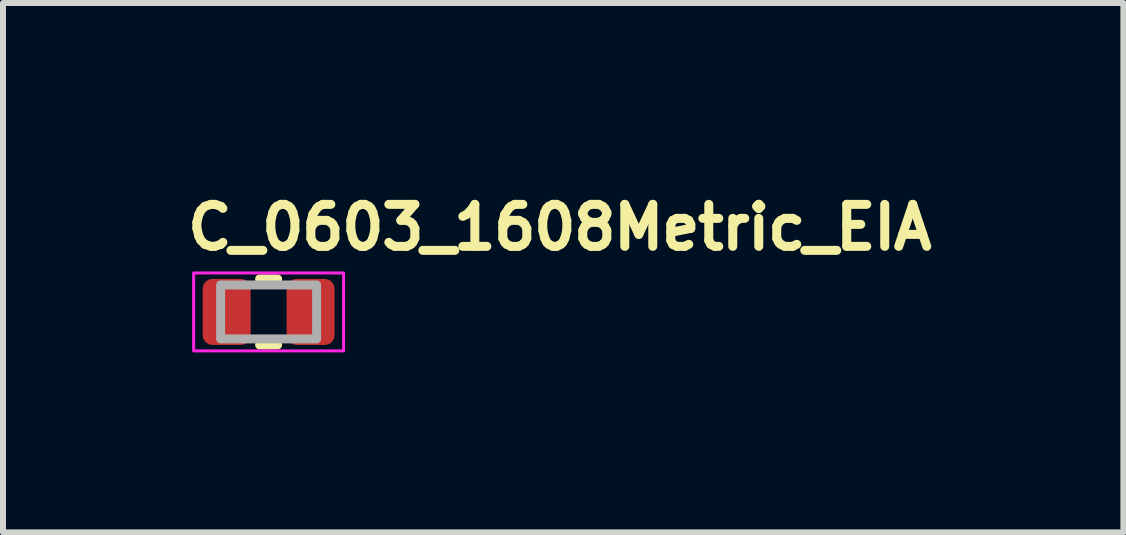
<source format=kicad_pcb>
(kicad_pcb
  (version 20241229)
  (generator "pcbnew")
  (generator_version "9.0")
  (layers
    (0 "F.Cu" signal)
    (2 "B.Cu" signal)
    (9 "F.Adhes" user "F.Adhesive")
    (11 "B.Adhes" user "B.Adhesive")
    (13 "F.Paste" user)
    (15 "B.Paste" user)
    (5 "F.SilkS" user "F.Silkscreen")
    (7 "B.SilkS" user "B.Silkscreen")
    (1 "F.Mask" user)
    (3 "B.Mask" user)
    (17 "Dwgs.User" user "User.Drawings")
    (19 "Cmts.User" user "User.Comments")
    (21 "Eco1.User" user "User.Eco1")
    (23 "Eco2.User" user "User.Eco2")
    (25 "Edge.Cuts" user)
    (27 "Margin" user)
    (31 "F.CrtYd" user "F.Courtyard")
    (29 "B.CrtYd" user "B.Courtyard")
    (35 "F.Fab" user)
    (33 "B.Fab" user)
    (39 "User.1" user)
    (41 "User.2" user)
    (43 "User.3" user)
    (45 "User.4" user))
  (footprint "C_0603_1608Metric_EIA"
    (layer "F.Cu")
    (at 1.428 2.15)
    (property "Reference" "C_0603_1608Metric_EIA" (at -1.428 -1 0) (layer "F.SilkS") (effects (font (size 0.7 0.7) (thickness 0.15)) (justify left bottom)))
    (attr smd)
    (fp_line (start -0.15 -0.55) (end 0.15 -0.55) (stroke (width 0.15) (type solid)) (layer "F.SilkS"))
    (fp_line (start -0.15 0.55) (end 0.15 0.55) (stroke (width 0.15) (type solid)) (layer "F.SilkS"))
    (fp_rect (start -1.25 -0.65) (end 1.25 0.65) (stroke (width 0.05) (type solid)) (fill no) (layer "F.CrtYd"))
    (fp_rect (start -0.8 -0.45) (end 0.8 0.45) (stroke (width 0.15) (type solid)) (fill no) (layer "F.Fab"))
    (fp_rect (start -0.95 -0.55) (end 0.95 0.55) (stroke (width 0.1) (type solid)) (fill no) (layer "User.5"))
    (fp_line (start -0.801 -0.434) (end -0.801 -0.434) (stroke (width 0.02) (type solid)) (layer "User.9"))
    (fp_line (start -0.801 -0.434) (end -0.801 0.432) (stroke (width 0.02) (type solid)) (layer "User.9"))
    (fp_line (start -0.801 -0.434) (end -0.8 -0.434) (stroke (width 0.02) (type solid)) (layer "User.9"))
    (fp_line (start -0.801 0.432) (end -0.801 0.432) (stroke (width 0.02) (type solid)) (layer "User.9"))
    (fp_line (start -0.801 0.432) (end -0.8 0.433) (stroke (width 0.02) (type solid)) (layer "User.9"))
    (fp_line (start -0.8 -0.44) (end -0.8 -0.439) (stroke (width 0.02) (type solid)) (layer "User.9"))
    (fp_line (start -0.8 -0.439) (end -0.8 -0.438) (stroke (width 0.02) (type solid)) (layer "User.9"))
    (fp_line (start -0.8 -0.438) (end -0.8 -0.438) (stroke (width 0.02) (type solid)) (layer "User.9"))
    (fp_line (start -0.8 -0.438) (end -0.8 -0.437) (stroke (width 0.02) (type solid)) (layer "User.9"))
    (fp_line (start -0.8 -0.437) (end -0.8 -0.436) (stroke (width 0.02) (type solid)) (layer "User.9"))
    (fp_line (start -0.8 -0.436) (end -0.8 -0.435) (stroke (width 0.02) (type solid)) (layer "User.9"))
    (fp_line (start -0.8 -0.435) (end -0.801 -0.434) (stroke (width 0.02) (type solid)) (layer "User.9"))
    (fp_line (start -0.8 -0.434) (end -0.8 -0.433) (stroke (width 0.02) (type solid)) (layer "User.9"))
    (fp_line (start -0.8 -0.433) (end -0.8 -0.432) (stroke (width 0.02) (type solid)) (layer "User.9"))
    (fp_line (start -0.8 -0.432) (end -0.8 -0.431) (stroke (width 0.02) (type solid)) (layer "User.9"))
    (fp_line (start -0.8 -0.431) (end -0.8 -0.431) (stroke (width 0.02) (type solid)) (layer "User.9"))
    (fp_line (start -0.8 -0.431) (end -0.8 -0.43) (stroke (width 0.02) (type solid)) (layer "User.9"))
    (fp_line (start -0.8 -0.43) (end -0.8 -0.429) (stroke (width 0.02) (type solid)) (layer "User.9"))
    (fp_line (start -0.8 -0.429) (end -0.799 -0.428) (stroke (width 0.02) (type solid)) (layer "User.9"))
    (fp_line (start -0.8 0.427) (end -0.8 0.428) (stroke (width 0.02) (type solid)) (layer "User.9"))
    (fp_line (start -0.8 0.428) (end -0.8 0.429) (stroke (width 0.02) (type solid)) (layer "User.9"))
    (fp_line (start -0.8 0.429) (end -0.8 0.429) (stroke (width 0.02) (type solid)) (layer "User.9"))
    (fp_line (start -0.8 0.429) (end -0.8 0.43) (stroke (width 0.02) (type solid)) (layer "User.9"))
    (fp_line (start -0.8 0.43) (end -0.8 0.431) (stroke (width 0.02) (type solid)) (layer "User.9"))
    (fp_line (start -0.8 0.431) (end -0.8 0.432) (stroke (width 0.02) (type solid)) (layer "User.9"))
    (fp_line (start -0.8 0.432) (end -0.801 0.432) (stroke (width 0.02) (type solid)) (layer "User.9"))
    (fp_line (start -0.8 0.433) (end -0.8 0.434) (stroke (width 0.02) (type solid)) (layer "User.9"))
    (fp_line (start -0.8 0.434) (end -0.8 0.435) (stroke (width 0.02) (type solid)) (layer "User.9"))
    (fp_line (start -0.8 0.435) (end -0.8 0.436) (stroke (width 0.02) (type solid)) (layer "User.9"))
    (fp_line (start -0.8 0.436) (end -0.8 0.436) (stroke (width 0.02) (type solid)) (layer "User.9"))
    (fp_line (start -0.8 0.436) (end -0.8 0.437) (stroke (width 0.02) (type solid)) (layer "User.9"))
    (fp_line (start -0.8 0.437) (end -0.8 0.438) (stroke (width 0.02) (type solid)) (layer "User.9"))
    (fp_line (start -0.8 0.438) (end -0.799 0.439) (stroke (width 0.02) (type solid)) (layer "User.9"))
    (fp_line (start -0.799 -0.442) (end -0.799 -0.441) (stroke (width 0.02) (type solid)) (layer "User.9"))
    (fp_line (start -0.799 -0.441) (end -0.8 -0.44) (stroke (width 0.02) (type solid)) (layer "User.9"))
    (fp_line (start -0.799 -0.441) (end -0.799 -0.441) (stroke (width 0.02) (type solid)) (layer "User.9"))
    (fp_line (start -0.799 -0.428) (end -0.799 -0.428) (stroke (width 0.02) (type solid)) (layer "User.9"))
    (fp_line (start -0.799 -0.428) (end -0.799 -0.427) (stroke (width 0.02) (type solid)) (layer "User.9"))
    (fp_line (start -0.799 -0.427) (end -0.798 -0.426) (stroke (width 0.02) (type solid)) (layer "User.9"))
    (fp_line (start -0.799 0.425) (end -0.799 0.426) (stroke (width 0.02) (type solid)) (layer "User.9"))
    (fp_line (start -0.799 0.426) (end -0.8 0.427) (stroke (width 0.02) (type solid)) (layer "User.9"))
    (fp_line (start -0.799 0.426) (end -0.799 0.426) (stroke (width 0.02) (type solid)) (layer "User.9"))
    (fp_line (start -0.799 0.439) (end -0.799 0.439) (stroke (width 0.02) (type solid)) (layer "User.9"))
    (fp_line (start -0.799 0.439) (end -0.799 0.44) (stroke (width 0.02) (type solid)) (layer "User.9"))
    (fp_line (start -0.799 0.44) (end -0.798 0.441) (stroke (width 0.02) (type solid)) (layer "User.9"))
    (fp_line (start -0.798 -0.443) (end -0.799 -0.442) (stroke (width 0.02) (type solid)) (layer "User.9"))
    (fp_line (start -0.798 -0.443) (end -0.798 -0.443) (stroke (width 0.02) (type solid)) (layer "User.9"))
    (fp_line (start -0.798 -0.426) (end -0.798 -0.426) (stroke (width 0.02) (type solid)) (layer "User.9"))
    (fp_line (start -0.798 -0.426) (end -0.797 -0.425) (stroke (width 0.02) (type solid)) (layer "User.9"))
    (fp_line (start -0.798 0.424) (end -0.799 0.425) (stroke (width 0.02) (type solid)) (layer "User.9"))
    (fp_line (start -0.798 0.424) (end -0.798 0.424) (stroke (width 0.02) (type solid)) (layer "User.9"))
    (fp_line (start -0.798 0.441) (end -0.798 0.441) (stroke (width 0.02) (type solid)) (layer "User.9"))
    (fp_line (start -0.798 0.441) (end -0.797 0.442) (stroke (width 0.02) (type solid)) (layer "User.9"))
    (fp_line (start -0.797 -0.445) (end -0.797 -0.444) (stroke (width 0.02) (type solid)) (layer "User.9"))
    (fp_line (start -0.797 -0.444) (end -0.798 -0.443) (stroke (width 0.02) (type solid)) (layer "User.9"))
    (fp_line (start -0.797 -0.425) (end -0.797 -0.424) (stroke (width 0.02) (type solid)) (layer "User.9"))
    (fp_line (start -0.797 -0.424) (end -0.796 -0.424) (stroke (width 0.02) (type solid)) (layer "User.9"))
    (fp_line (start -0.797 0.422) (end -0.797 0.423) (stroke (width 0.02) (type solid)) (layer "User.9"))
    (fp_line (start -0.797 0.423) (end -0.798 0.424) (stroke (width 0.02) (type solid)) (layer "User.9"))
    (fp_line (start -0.797 0.442) (end -0.797 0.443) (stroke (width 0.02) (type solid)) (layer "User.9"))
    (fp_line (start -0.797 0.443) (end -0.796 0.443) (stroke (width 0.02) (type solid)) (layer "User.9"))
    (fp_line (start -0.796 -0.446) (end -0.796 -0.445) (stroke (width 0.02) (type solid)) (layer "User.9"))
    (fp_line (start -0.796 -0.445) (end -0.797 -0.445) (stroke (width 0.02) (type solid)) (layer "User.9"))
    (fp_line (start -0.796 -0.424) (end -0.796 -0.423) (stroke (width 0.02) (type solid)) (layer "User.9"))
    (fp_line (start -0.796 -0.423) (end -0.795 -0.423) (stroke (width 0.02) (type solid)) (layer "User.9"))
    (fp_line (start -0.796 0.421) (end -0.796 0.422) (stroke (width 0.02) (type solid)) (layer "User.9"))
    (fp_line (start -0.796 0.422) (end -0.797 0.422) (stroke (width 0.02) (type solid)) (layer "User.9"))
    (fp_line (start -0.796 0.443) (end -0.796 0.444) (stroke (width 0.02) (type solid)) (layer "User.9"))
    (fp_line (start -0.796 0.444) (end -0.795 0.444) (stroke (width 0.02) (type solid)) (layer "User.9"))
    (fp_line (start -0.795 -0.447) (end -0.795 -0.446) (stroke (width 0.02) (type solid)) (layer "User.9"))
    (fp_line (start -0.795 -0.446) (end -0.796 -0.446) (stroke (width 0.02) (type solid)) (layer "User.9"))
    (fp_line (start -0.795 -0.423) (end -0.795 -0.422) (stroke (width 0.02) (type solid)) (layer "User.9"))
    (fp_line (start -0.795 -0.422) (end -0.794 -0.422) (stroke (width 0.02) (type solid)) (layer "User.9"))
    (fp_line (start -0.795 0.42) (end -0.795 0.421) (stroke (width 0.02) (type solid)) (layer "User.9"))
    (fp_line (start -0.795 0.421) (end -0.796 0.421) (stroke (width 0.02) (type solid)) (layer "User.9"))
    (fp_line (start -0.795 0.444) (end -0.795 0.445) (stroke (width 0.02) (type solid)) (layer "User.9"))
    (fp_line (start -0.795 0.445) (end -0.794 0.445) (stroke (width 0.02) (type solid)) (layer "User.9"))
    (fp_line (start -0.794 -0.447) (end -0.795 -0.447) (stroke (width 0.02) (type solid)) (layer "User.9"))
    (fp_line (start -0.794 -0.422) (end -0.793 -0.421) (stroke (width 0.02) (type solid)) (layer "User.9"))
    (fp_line (start -0.794 0.42) (end -0.795 0.42) (stroke (width 0.02) (type solid)) (layer "User.9"))
    (fp_line (start -0.794 0.445) (end -0.793 0.446) (stroke (width 0.02) (type solid)) (layer "User.9"))
    (fp_line (start -0.793 -0.448) (end -0.794 -0.447) (stroke (width 0.02) (type solid)) (layer "User.9"))
    (fp_line (start -0.793 -0.448) (end -0.793 -0.448) (stroke (width 0.02) (type solid)) (layer "User.9"))
    (fp_line (start -0.793 -0.421) (end -0.793 -0.421) (stroke (width 0.02) (type solid)) (layer "User.9"))
    (fp_line (start -0.793 -0.421) (end -0.792 -0.42) (stroke (width 0.02) (type solid)) (layer "User.9"))
    (fp_line (start -0.793 0.419) (end -0.794 0.42) (stroke (width 0.02) (type solid)) (layer "User.9"))
    (fp_line (start -0.793 0.419) (end -0.793 0.419) (stroke (width 0.02) (type solid)) (layer "User.9"))
    (fp_line (start -0.793 0.446) (end -0.793 0.446) (stroke (width 0.02) (type solid)) (layer "User.9"))
    (fp_line (start -0.793 0.446) (end -0.792 0.448) (stroke (width 0.02) (type solid)) (layer "User.9"))
    (fp_line (start -0.792 -0.45) (end -0.793 -0.448) (stroke (width 0.02) (type solid)) (layer "User.9"))
    (fp_line (start -0.792 -0.42) (end -0.791 -0.42) (stroke (width 0.02) (type solid)) (layer "User.9"))
    (fp_line (start -0.792 0.418) (end -0.793 0.419) (stroke (width 0.02) (type solid)) (layer "User.9"))
    (fp_line (start -0.792 0.448) (end -0.791 0.448) (stroke (width 0.02) (type solid)) (layer "User.9"))
    (fp_line (start -0.791 -0.45) (end -0.792 -0.45) (stroke (width 0.02) (type solid)) (layer "User.9"))
    (fp_line (start -0.791 -0.45) (end -0.791 -0.45) (stroke (width 0.02) (type solid)) (layer "User.9"))
    (fp_line (start -0.791 -0.42) (end -0.791 -0.42) (stroke (width 0.02) (type solid)) (layer "User.9"))
    (fp_line (start -0.791 -0.42) (end -0.79 -0.419) (stroke (width 0.02) (type solid)) (layer "User.9"))
    (fp_line (start -0.791 0.418) (end -0.792 0.418) (stroke (width 0.02) (type solid)) (layer "User.9"))
    (fp_line (start -0.791 0.418) (end -0.791 0.418) (stroke (width 0.02) (type solid)) (layer "User.9"))
    (fp_line (start -0.791 0.448) (end -0.791 0.448) (stroke (width 0.02) (type solid)) (layer "User.9"))
    (fp_line (start -0.791 0.448) (end -0.79 0.449) (stroke (width 0.02) (type solid)) (layer "User.9"))
    (fp_line (start -0.79 -0.451) (end -0.791 -0.45) (stroke (width 0.02) (type solid)) (layer "User.9"))
    (fp_line (start -0.79 -0.419) (end -0.789 -0.419) (stroke (width 0.02) (type solid)) (layer "User.9"))
    (fp_line (start -0.79 0.417) (end -0.791 0.418) (stroke (width 0.02) (type solid)) (layer "User.9"))
    (fp_line (start -0.79 0.449) (end -0.789 0.449) (stroke (width 0.02) (type solid)) (layer "User.9"))
    (fp_line (start -0.789 -0.451) (end -0.79 -0.451) (stroke (width 0.02) (type solid)) (layer "User.9"))
    (fp_line (start -0.789 -0.419) (end -0.788 -0.419) (stroke (width 0.02) (type solid)) (layer "User.9"))
    (fp_line (start -0.789 0.417) (end -0.79 0.417) (stroke (width 0.02) (type solid)) (layer "User.9"))
    (fp_line (start -0.789 0.449) (end -0.788 0.449) (stroke (width 0.02) (type solid)) (layer "User.9"))
    (fp_line (start -0.788 -0.451) (end -0.789 -0.451) (stroke (width 0.02) (type solid)) (layer "User.9"))
    (fp_line (start -0.788 -0.451) (end -0.788 -0.451) (stroke (width 0.02) (type solid)) (layer "User.9"))
    (fp_line (start -0.788 -0.419) (end -0.788 -0.419) (stroke (width 0.02) (type solid)) (layer "User.9"))
    (fp_line (start -0.788 -0.419) (end -0.787 -0.419) (stroke (width 0.02) (type solid)) (layer "User.9"))
    (fp_line (start -0.788 0.417) (end -0.789 0.417) (stroke (width 0.02) (type solid)) (layer "User.9"))
    (fp_line (start -0.788 0.417) (end -0.788 0.417) (stroke (width 0.02) (type solid)) (layer "User.9"))
    (fp_line (start -0.788 0.449) (end -0.788 0.449) (stroke (width 0.02) (type solid)) (layer "User.9"))
    (fp_line (start -0.788 0.449) (end -0.787 0.449) (stroke (width 0.02) (type solid)) (layer "User.9"))
    (fp_line (start -0.787 -0.451) (end -0.788 -0.451) (stroke (width 0.02) (type solid)) (layer "User.9"))
    (fp_line (start -0.787 -0.419) (end -0.786 -0.419) (stroke (width 0.02) (type solid)) (layer "User.9"))
    (fp_line (start -0.787 0.417) (end -0.788 0.417) (stroke (width 0.02) (type solid)) (layer "User.9"))
    (fp_line (start -0.787 0.449) (end -0.786 0.449) (stroke (width 0.02) (type solid)) (layer "User.9"))
    (fp_line (start -0.786 -0.451) (end -0.787 -0.451) (stroke (width 0.02) (type solid)) (layer "User.9"))
    (fp_line (start -0.786 -0.419) (end -0.785 -0.419) (stroke (width 0.02) (type solid)) (layer "User.9"))
    (fp_line (start -0.786 0.417) (end -0.787 0.417) (stroke (width 0.02) (type solid)) (layer "User.9"))
    (fp_line (start -0.786 0.449) (end -0.785 0.449) (stroke (width 0.02) (type solid)) (layer "User.9"))
    (fp_line (start -0.785 -0.452) (end -0.785 -0.452) (stroke (width 0.02) (type solid)) (layer "User.9"))
    (fp_line (start -0.785 -0.452) (end -0.785 -0.451) (stroke (width 0.02) (type solid)) (layer "User.9"))
    (fp_line (start -0.785 -0.451) (end -0.786 -0.451) (stroke (width 0.02) (type solid)) (layer "User.9"))
    (fp_line (start -0.785 -0.419) (end -0.785 -0.418) (stroke (width 0.02) (type solid)) (layer "User.9"))
    (fp_line (start -0.785 -0.418) (end -0.785 -0.418) (stroke (width 0.02) (type solid)) (layer "User.9"))
    (fp_line (start -0.785 -0.418) (end -0.784 -0.419) (stroke (width 0.02) (type solid)) (layer "User.9"))
    (fp_line (start -0.785 0.416) (end -0.785 0.416) (stroke (width 0.02) (type solid)) (layer "User.9"))
    (fp_line (start -0.785 0.416) (end -0.785 0.417) (stroke (width 0.02) (type solid)) (layer "User.9"))
    (fp_line (start -0.785 0.417) (end -0.786 0.417) (stroke (width 0.02) (type solid)) (layer "User.9"))
    (fp_line (start -0.785 0.449) (end -0.785 0.45) (stroke (width 0.02) (type solid)) (layer "User.9"))
    (fp_line (start -0.785 0.45) (end -0.785 0.45) (stroke (width 0.02) (type solid)) (layer "User.9"))
    (fp_line (start -0.785 0.45) (end -0.784 0.449) (stroke (width 0.02) (type solid)) (layer "User.9"))
    (fp_line (start -0.784 -0.451) (end -0.785 -0.452) (stroke (width 0.02) (type solid)) (layer "User.9"))
    (fp_line (start -0.784 -0.419) (end -0.783 -0.419) (stroke (width 0.02) (type solid)) (layer "User.9"))
    (fp_line (start -0.784 0.417) (end -0.785 0.416) (stroke (width 0.02) (type solid)) (layer "User.9"))
    (fp_line (start -0.784 0.449) (end -0.783 0.449) (stroke (width 0.02) (type solid)) (layer "User.9"))
    (fp_line (start -0.783 -0.451) (end -0.784 -0.451) (stroke (width 0.02) (type solid)) (layer "User.9"))
    (fp_line (start -0.783 -0.419) (end -0.782 -0.419) (stroke (width 0.02) (type solid)) (layer "User.9"))
    (fp_line (start -0.783 0.417) (end -0.784 0.417) (stroke (width 0.02) (type solid)) (layer "User.9"))
    (fp_line (start -0.783 0.449) (end -0.782 0.449) (stroke (width 0.02) (type solid)) (layer "User.9"))
    (fp_line (start -0.782 -0.451) (end -0.783 -0.451) (stroke (width 0.02) (type solid)) (layer "User.9"))
    (fp_line (start -0.782 -0.419) (end -0.781 -0.419) (stroke (width 0.02) (type solid)) (layer "User.9"))
    (fp_line (start -0.782 0.417) (end -0.783 0.417) (stroke (width 0.02) (type solid)) (layer "User.9"))
    (fp_line (start -0.782 0.449) (end -0.781 0.449) (stroke (width 0.02) (type solid)) (layer "User.9"))
    (fp_line (start -0.781 -0.451) (end -0.782 -0.451) (stroke (width 0.02) (type solid)) (layer "User.9"))
    (fp_line (start -0.781 -0.451) (end -0.781 -0.451) (stroke (width 0.02) (type solid)) (layer "User.9"))
    (fp_line (start -0.781 -0.419) (end -0.781 -0.419) (stroke (width 0.02) (type solid)) (layer "User.9"))
    (fp_line (start -0.781 -0.419) (end -0.78 -0.419) (stroke (width 0.02) (type solid)) (layer "User.9"))
    (fp_line (start -0.781 0.417) (end -0.782 0.417) (stroke (width 0.02) (type solid)) (layer "User.9"))
    (fp_line (start -0.781 0.417) (end -0.781 0.417) (stroke (width 0.02) (type solid)) (layer "User.9"))
    (fp_line (start -0.781 0.449) (end -0.781 0.449) (stroke (width 0.02) (type solid)) (layer "User.9"))
    (fp_line (start -0.781 0.449) (end -0.78 0.449) (stroke (width 0.02) (type solid)) (layer "User.9"))
    (fp_line (start -0.78 -0.451) (end -0.781 -0.451) (stroke (width 0.02) (type solid)) (layer "User.9"))
    (fp_line (start -0.78 -0.419) (end -0.779 -0.419) (stroke (width 0.02) (type solid)) (layer "User.9"))
    (fp_line (start -0.78 0.417) (end -0.781 0.417) (stroke (width 0.02) (type solid)) (layer "User.9"))
    (fp_line (start -0.78 0.449) (end -0.779 0.449) (stroke (width 0.02) (type solid)) (layer "User.9"))
    (fp_line (start -0.779 -0.451) (end -0.78 -0.451) (stroke (width 0.02) (type solid)) (layer "User.9"))
    (fp_line (start -0.779 -0.419) (end -0.778 -0.42) (stroke (width 0.02) (type solid)) (layer "User.9"))
    (fp_line (start -0.779 0.417) (end -0.78 0.417) (stroke (width 0.02) (type solid)) (layer "User.9"))
    (fp_line (start -0.779 0.449) (end -0.778 0.448) (stroke (width 0.02) (type solid)) (layer "User.9"))
    (fp_line (start -0.778 -0.45) (end -0.779 -0.451) (stroke (width 0.02) (type solid)) (layer "User.9"))
    (fp_line (start -0.778 -0.45) (end -0.778 -0.45) (stroke (width 0.02) (type solid)) (layer "User.9"))
    (fp_line (start -0.778 -0.42) (end -0.778 -0.42) (stroke (width 0.02) (type solid)) (layer "User.9"))
    (fp_line (start -0.778 -0.42) (end -0.777 -0.42) (stroke (width 0.02) (type solid)) (layer "User.9"))
    (fp_line (start -0.778 0.418) (end -0.779 0.417) (stroke (width 0.02) (type solid)) (layer "User.9"))
    (fp_line (start -0.778 0.418) (end -0.778 0.418) (stroke (width 0.02) (type solid)) (layer "User.9"))
    (fp_line (start -0.778 0.448) (end -0.778 0.448) (stroke (width 0.02) (type solid)) (layer "User.9"))
    (fp_line (start -0.778 0.448) (end -0.777 0.448) (stroke (width 0.02) (type solid)) (layer "User.9"))
    (fp_line (start -0.777 -0.45) (end -0.778 -0.45) (stroke (width 0.02) (type solid)) (layer "User.9"))
    (fp_line (start -0.777 -0.42) (end -0.776 -0.421) (stroke (width 0.02) (type solid)) (layer "User.9"))
    (fp_line (start -0.777 0.418) (end -0.778 0.418) (stroke (width 0.02) (type solid)) (layer "User.9"))
    (fp_line (start -0.777 0.448) (end -0.776 0.446) (stroke (width 0.02) (type solid)) (layer "User.9"))
    (fp_line (start -0.776 -0.448) (end -0.777 -0.45) (stroke (width 0.02) (type solid)) (layer "User.9"))
    (fp_line (start -0.776 -0.448) (end -0.776 -0.448) (stroke (width 0.02) (type solid)) (layer "User.9"))
    (fp_line (start -0.776 -0.421) (end -0.776 -0.421) (stroke (width 0.02) (type solid)) (layer "User.9"))
    (fp_line (start -0.776 -0.421) (end -0.775 -0.422) (stroke (width 0.02) (type solid)) (layer "User.9"))
    (fp_line (start -0.776 0.419) (end -0.777 0.418) (stroke (width 0.02) (type solid)) (layer "User.9"))
    (fp_line (start -0.776 0.419) (end -0.776 0.419) (stroke (width 0.02) (type solid)) (layer "User.9"))
    (fp_line (start -0.776 0.446) (end -0.776 0.446) (stroke (width 0.02) (type solid)) (layer "User.9"))
    (fp_line (start -0.776 0.446) (end -0.775 0.445) (stroke (width 0.02) (type solid)) (layer "User.9"))
    (fp_line (start -0.775 -0.447) (end -0.776 -0.448) (stroke (width 0.02) (type solid)) (layer "User.9"))
    (fp_line (start -0.775 -0.422) (end -0.774 -0.422) (stroke (width 0.02) (type solid)) (layer "User.9"))
    (fp_line (start -0.775 0.42) (end -0.776 0.419) (stroke (width 0.02) (type solid)) (layer "User.9"))
    (fp_line (start -0.775 0.445) (end -0.774 0.445) (stroke (width 0.02) (type solid)) (layer "User.9"))
    (fp_line (start -0.774 -0.447) (end -0.775 -0.447) (stroke (width 0.02) (type solid)) (layer "User.9"))
    (fp_line (start -0.774 -0.446) (end -0.774 -0.447) (stroke (width 0.02) (type solid)) (layer "User.9"))
    (fp_line (start -0.774 -0.423) (end -0.773 -0.423) (stroke (width 0.02) (type solid)) (layer "User.9"))
    (fp_line (start -0.774 -0.422) (end -0.774 -0.423) (stroke (width 0.02) (type solid)) (layer "User.9"))
    (fp_line (start -0.774 0.42) (end -0.775 0.42) (stroke (width 0.02) (type solid)) (layer "User.9"))
    (fp_line (start -0.774 0.421) (end -0.774 0.42) (stroke (width 0.02) (type solid)) (layer "User.9"))
    (fp_line (start -0.774 0.444) (end -0.773 0.444) (stroke (width 0.02) (type solid)) (layer "User.9"))
    (fp_line (start -0.774 0.445) (end -0.774 0.444) (stroke (width 0.02) (type solid)) (layer "User.9"))
    (fp_line (start -0.773 -0.446) (end -0.774 -0.446) (stroke (width 0.02) (type solid)) (layer "User.9"))
    (fp_line (start -0.773 -0.445) (end -0.773 -0.446) (stroke (width 0.02) (type solid)) (layer "User.9"))
    (fp_line (start -0.773 -0.424) (end -0.772 -0.424) (stroke (width 0.02) (type solid)) (layer "User.9"))
    (fp_line (start -0.773 -0.423) (end -0.773 -0.424) (stroke (width 0.02) (type solid)) (layer "User.9"))
    (fp_line (start -0.773 0.421) (end -0.774 0.421) (stroke (width 0.02) (type solid)) (layer "User.9"))
    (fp_line (start -0.773 0.422) (end -0.773 0.421) (stroke (width 0.02) (type solid)) (layer "User.9"))
    (fp_line (start -0.773 0.443) (end -0.772 0.443) (stroke (width 0.02) (type solid)) (layer "User.9"))
    (fp_line (start -0.773 0.444) (end -0.773 0.443) (stroke (width 0.02) (type solid)) (layer "User.9"))
    (fp_line (start -0.772 -0.445) (end -0.773 -0.445) (stroke (width 0.02) (type solid)) (layer "User.9"))
    (fp_line (start -0.772 -0.444) (end -0.772 -0.445) (stroke (width 0.02) (type solid)) (layer "User.9"))
    (fp_line (start -0.772 -0.425) (end -0.771 -0.426) (stroke (width 0.02) (type solid)) (layer "User.9"))
    (fp_line (start -0.772 -0.424) (end -0.772 -0.425) (stroke (width 0.02) (type solid)) (layer "User.9"))
    (fp_line (start -0.772 0.422) (end -0.773 0.422) (stroke (width 0.02) (type solid)) (layer "User.9"))
    (fp_line (start -0.772 0.423) (end -0.772 0.422) (stroke (width 0.02) (type solid)) (layer "User.9"))
    (fp_line (start -0.772 0.442) (end -0.771 0.441) (stroke (width 0.02) (type solid)) (layer "User.9"))
    (fp_line (start -0.772 0.443) (end -0.772 0.442) (stroke (width 0.02) (type solid)) (layer "User.9"))
    (fp_line (start -0.771 -0.443) (end -0.772 -0.444) (stroke (width 0.02) (type solid)) (layer "User.9"))
    (fp_line (start -0.771 -0.443) (end -0.771 -0.443) (stroke (width 0.02) (type solid)) (layer "User.9"))
    (fp_line (start -0.771 -0.426) (end -0.771 -0.426) (stroke (width 0.02) (type solid)) (layer "User.9"))
    (fp_line (start -0.771 -0.426) (end -0.77 -0.427) (stroke (width 0.02) (type solid)) (layer "User.9"))
    (fp_line (start -0.771 0.424) (end -0.772 0.423) (stroke (width 0.02) (type solid)) (layer "User.9"))
    (fp_line (start -0.771 0.424) (end -0.771 0.424) (stroke (width 0.02) (type solid)) (layer "User.9"))
    (fp_line (start -0.771 0.441) (end -0.771 0.441) (stroke (width 0.02) (type solid)) (layer "User.9"))
    (fp_line (start -0.771 0.441) (end -0.77 0.44) (stroke (width 0.02) (type solid)) (layer "User.9"))
    (fp_line (start -0.77 -0.442) (end -0.771 -0.443) (stroke (width 0.02) (type solid)) (layer "User.9"))
    (fp_line (start -0.77 -0.441) (end -0.77 -0.442) (stroke (width 0.02) (type solid)) (layer "User.9"))
    (fp_line (start -0.77 -0.441) (end -0.77 -0.441) (stroke (width 0.02) (type solid)) (layer "User.9"))
    (fp_line (start -0.77 -0.428) (end -0.77 -0.428) (stroke (width 0.02) (type solid)) (layer "User.9"))
    (fp_line (start -0.77 -0.428) (end -0.769 -0.429) (stroke (width 0.02) (type solid)) (layer "User.9"))
    (fp_line (start -0.77 -0.427) (end -0.77 -0.428) (stroke (width 0.02) (type solid)) (layer "User.9"))
    (fp_line (start -0.77 0.425) (end -0.771 0.424) (stroke (width 0.02) (type solid)) (layer "User.9"))
    (fp_line (start -0.77 0.426) (end -0.77 0.425) (stroke (width 0.02) (type solid)) (layer "User.9"))
    (fp_line (start -0.77 0.426) (end -0.77 0.426) (stroke (width 0.02) (type solid)) (layer "User.9"))
    (fp_line (start -0.77 0.439) (end -0.77 0.439) (stroke (width 0.02) (type solid)) (layer "User.9"))
    (fp_line (start -0.77 0.439) (end -0.769 0.438) (stroke (width 0.02) (type solid)) (layer "User.9"))
    (fp_line (start -0.77 0.44) (end -0.77 0.439) (stroke (width 0.02) (type solid)) (layer "User.9"))
    (fp_line (start -0.769 -0.44) (end -0.77 -0.441) (stroke (width 0.02) (type solid)) (layer "User.9"))
    (fp_line (start -0.769 -0.439) (end -0.769 -0.44) (stroke (width 0.02) (type solid)) (layer "User.9"))
    (fp_line (start -0.769 -0.438) (end -0.769 -0.439) (stroke (width 0.02) (type solid)) (layer "User.9"))
    (fp_line (start -0.769 -0.438) (end -0.769 -0.438) (stroke (width 0.02) (type solid)) (layer "User.9"))
    (fp_line (start -0.769 -0.437) (end -0.769 -0.438) (stroke (width 0.02) (type solid)) (layer "User.9"))
    (fp_line (start -0.769 -0.436) (end -0.769 -0.437) (stroke (width 0.02) (type solid)) (layer "User.9"))
    (fp_line (start -0.769 -0.435) (end -0.769 -0.436) (stroke (width 0.02) (type solid)) (layer "User.9"))
    (fp_line (start -0.769 -0.434) (end -0.767 -0.434) (stroke (width 0.02) (type solid)) (layer "User.9"))
    (fp_line (start -0.769 -0.433) (end -0.769 -0.434) (stroke (width 0.02) (type solid)) (layer "User.9"))
    (fp_line (start -0.769 -0.432) (end -0.769 -0.433) (stroke (width 0.02) (type solid)) (layer "User.9"))
    (fp_line (start -0.769 -0.431) (end -0.769 -0.432) (stroke (width 0.02) (type solid)) (layer "User.9"))
    (fp_line (start -0.769 -0.431) (end -0.769 -0.431) (stroke (width 0.02) (type solid)) (layer "User.9"))
    (fp_line (start -0.769 -0.43) (end -0.769 -0.431) (stroke (width 0.02) (type solid)) (layer "User.9"))
    (fp_line (start -0.769 -0.429) (end -0.769 -0.43) (stroke (width 0.02) (type solid)) (layer "User.9"))
    (fp_line (start -0.769 0.427) (end -0.77 0.426) (stroke (width 0.02) (type solid)) (layer "User.9"))
    (fp_line (start -0.769 0.428) (end -0.769 0.427) (stroke (width 0.02) (type solid)) (layer "User.9"))
    (fp_line (start -0.769 0.429) (end -0.769 0.428) (stroke (width 0.02) (type solid)) (layer "User.9"))
    (fp_line (start -0.769 0.429) (end -0.769 0.429) (stroke (width 0.02) (type solid)) (layer "User.9"))
    (fp_line (start -0.769 0.43) (end -0.769 0.429) (stroke (width 0.02) (type solid)) (layer "User.9"))
    (fp_line (start -0.769 0.431) (end -0.769 0.43) (stroke (width 0.02) (type solid)) (layer "User.9"))
    (fp_line (start -0.769 0.432) (end -0.769 0.431) (stroke (width 0.02) (type solid)) (layer "User.9"))
    (fp_line (start -0.769 0.433) (end -0.767 0.432) (stroke (width 0.02) (type solid)) (layer "User.9"))
    (fp_line (start -0.769 0.434) (end -0.769 0.433) (stroke (width 0.02) (type solid)) (layer "User.9"))
    (fp_line (start -0.769 0.435) (end -0.769 0.434) (stroke (width 0.02) (type solid)) (layer "User.9"))
    (fp_line (start -0.769 0.436) (end -0.769 0.435) (stroke (width 0.02) (type solid)) (layer "User.9"))
    (fp_line (start -0.769 0.436) (end -0.769 0.436) (stroke (width 0.02) (type solid)) (layer "User.9"))
    (fp_line (start -0.769 0.437) (end -0.769 0.436) (stroke (width 0.02) (type solid)) (layer "User.9"))
    (fp_line (start -0.769 0.438) (end -0.769 0.437) (stroke (width 0.02) (type solid)) (layer "User.9"))
    (fp_line (start -0.767 -0.434) (end -0.769 -0.435) (stroke (width 0.02) (type solid)) (layer "User.9"))
    (fp_line (start -0.767 -0.434) (end -0.767 -0.434) (stroke (width 0.02) (type solid)) (layer "User.9"))
    (fp_line (start -0.767 -0.434) (end -0.767 -0.434) (stroke (width 0.02) (type solid)) (layer "User.9"))
    (fp_line (start -0.767 0.432) (end -0.769 0.432) (stroke (width 0.02) (type solid)) (layer "User.9"))
    (fp_line (start -0.767 0.432) (end -0.767 0.432) (stroke (width 0.02) (type solid)) (layer "User.9"))
    (fp_line (start -0.767 0.432) (end -0.767 0.432) (stroke (width 0.02) (type solid)) (layer "User.9"))
    (fp_line (start -0.451 -0.452) (end -0.785 -0.452) (stroke (width 0.02) (type solid)) (layer "User.9"))
    (fp_line (start -0.451 -0.452) (end -0.451 -0.434) (stroke (width 0.02) (type solid)) (layer "User.9"))
    (fp_line (start -0.451 -0.434) (end -0.451 0.432) (stroke (width 0.02) (type solid)) (layer "User.9"))
    (fp_line (start -0.451 0.432) (end -0.451 0.45) (stroke (width 0.02) (type solid)) (layer "User.9"))
    (fp_line (start -0.451 0.443) (end 0.451 0.443) (stroke (width 0.02) (type solid)) (layer "User.9"))
    (fp_line (start -0.451 0.45) (end -0.785 0.45) (stroke (width 0.02) (type solid)) (layer "User.9"))
    (fp_line (start 0.451 -0.452) (end 0.785 -0.452) (stroke (width 0.02) (type solid)) (layer "User.9"))
    (fp_line (start 0.451 -0.446) (end -0.451 -0.446) (stroke (width 0.02) (type solid)) (layer "User.9"))
    (fp_line (start 0.451 -0.434) (end 0.451 -0.452) (stroke (width 0.02) (type solid)) (layer "User.9"))
    (fp_line (start 0.451 0.432) (end 0.451 -0.434) (stroke (width 0.02) (type solid)) (layer "User.9"))
    (fp_line (start 0.451 0.45) (end 0.451 0.432) (stroke (width 0.02) (type solid)) (layer "User.9"))
    (fp_line (start 0.451 0.45) (end 0.785 0.45) (stroke (width 0.02) (type solid)) (layer "User.9"))
    (fp_line (start 0.769 -0.44) (end 0.769 -0.439) (stroke (width 0.02) (type solid)) (layer "User.9"))
    (fp_line (start 0.769 -0.439) (end 0.769 -0.438) (stroke (width 0.02) (type solid)) (layer "User.9"))
    (fp_line (start 0.769 -0.438) (end 0.769 -0.438) (stroke (width 0.02) (type solid)) (layer "User.9"))
    (fp_line (start 0.769 -0.438) (end 0.769 -0.437) (stroke (width 0.02) (type solid)) (layer "User.9"))
    (fp_line (start 0.769 -0.437) (end 0.769 -0.436) (stroke (width 0.02) (type solid)) (layer "User.9"))
    (fp_line (start 0.769 -0.436) (end 0.769 -0.435) (stroke (width 0.02) (type solid)) (layer "User.9"))
    (fp_line (start 0.769 -0.435) (end 0.769 -0.434) (stroke (width 0.02) (type solid)) (layer "User.9"))
    (fp_line (start 0.769 -0.434) (end 0.769 -0.434) (stroke (width 0.02) (type solid)) (layer "User.9"))
    (fp_line (start 0.769 -0.434) (end 0.769 -0.434) (stroke (width 0.02) (type solid)) (layer "User.9"))
    (fp_line (start 0.769 -0.434) (end 0.769 -0.433) (stroke (width 0.02) (type solid)) (layer "User.9"))
    (fp_line (start 0.769 -0.433) (end 0.769 -0.432) (stroke (width 0.02) (type solid)) (layer "User.9"))
    (fp_line (start 0.769 -0.432) (end 0.769 -0.431) (stroke (width 0.02) (type solid)) (layer "User.9"))
    (fp_line (start 0.769 -0.431) (end 0.769 -0.431) (stroke (width 0.02) (type solid)) (layer "User.9"))
    (fp_line (start 0.769 -0.431) (end 0.769 -0.43) (stroke (width 0.02) (type solid)) (layer "User.9"))
    (fp_line (start 0.769 -0.43) (end 0.769 -0.429) (stroke (width 0.02) (type solid)) (layer "User.9"))
    (fp_line (start 0.769 -0.429) (end 0.77 -0.428) (stroke (width 0.02) (type solid)) (layer "User.9"))
    (fp_line (start 0.769 0.427) (end 0.769 0.428) (stroke (width 0.02) (type solid)) (layer "User.9"))
    (fp_line (start 0.769 0.428) (end 0.769 0.429) (stroke (width 0.02) (type solid)) (layer "User.9"))
    (fp_line (start 0.769 0.429) (end 0.769 0.429) (stroke (width 0.02) (type solid)) (layer "User.9"))
    (fp_line (start 0.769 0.429) (end 0.769 0.43) (stroke (width 0.02) (type solid)) (layer "User.9"))
    (fp_line (start 0.769 0.43) (end 0.769 0.431) (stroke (width 0.02) (type solid)) (layer "User.9"))
    (fp_line (start 0.769 0.431) (end 0.769 0.432) (stroke (width 0.02) (type solid)) (layer "User.9"))
    (fp_line (start 0.769 0.432) (end 0.769 0.432) (stroke (width 0.02) (type solid)) (layer "User.9"))
    (fp_line (start 0.769 0.432) (end 0.769 0.432) (stroke (width 0.02) (type solid)) (layer "User.9"))
    (fp_line (start 0.769 0.432) (end 0.769 0.433) (stroke (width 0.02) (type solid)) (layer "User.9"))
    (fp_line (start 0.769 0.433) (end 0.769 0.434) (stroke (width 0.02) (type solid)) (layer "User.9"))
    (fp_line (start 0.769 0.434) (end 0.769 0.435) (stroke (width 0.02) (type solid)) (layer "User.9"))
    (fp_line (start 0.769 0.435) (end 0.769 0.436) (stroke (width 0.02) (type solid)) (layer "User.9"))
    (fp_line (start 0.769 0.436) (end 0.769 0.436) (stroke (width 0.02) (type solid)) (layer "User.9"))
    (fp_line (start 0.769 0.436) (end 0.769 0.437) (stroke (width 0.02) (type solid)) (layer "User.9"))
    (fp_line (start 0.769 0.437) (end 0.769 0.438) (stroke (width 0.02) (type solid)) (layer "User.9"))
    (fp_line (start 0.769 0.438) (end 0.77 0.439) (stroke (width 0.02) (type solid)) (layer "User.9"))
    (fp_line (start 0.77 -0.442) (end 0.77 -0.441) (stroke (width 0.02) (type solid)) (layer "User.9"))
    (fp_line (start 0.77 -0.441) (end 0.769 -0.44) (stroke (width 0.02) (type solid)) (layer "User.9"))
    (fp_line (start 0.77 -0.441) (end 0.77 -0.441) (stroke (width 0.02) (type solid)) (layer "User.9"))
    (fp_line (start 0.77 -0.428) (end 0.77 -0.428) (stroke (width 0.02) (type solid)) (layer "User.9"))
    (fp_line (start 0.77 -0.428) (end 0.77 -0.427) (stroke (width 0.02) (type solid)) (layer "User.9"))
    (fp_line (start 0.77 -0.427) (end 0.771 -0.426) (stroke (width 0.02) (type solid)) (layer "User.9"))
    (fp_line (start 0.77 0.425) (end 0.77 0.426) (stroke (width 0.02) (type solid)) (layer "User.9"))
    (fp_line (start 0.77 0.426) (end 0.769 0.427) (stroke (width 0.02) (type solid)) (layer "User.9"))
    (fp_line (start 0.77 0.426) (end 0.77 0.426) (stroke (width 0.02) (type solid)) (layer "User.9"))
    (fp_line (start 0.77 0.439) (end 0.77 0.439) (stroke (width 0.02) (type solid)) (layer "User.9"))
    (fp_line (start 0.77 0.439) (end 0.77 0.44) (stroke (width 0.02) (type solid)) (layer "User.9"))
    (fp_line (start 0.77 0.44) (end 0.771 0.441) (stroke (width 0.02) (type solid)) (layer "User.9"))
    (fp_line (start 0.771 -0.443) (end 0.77 -0.442) (stroke (width 0.02) (type solid)) (layer "User.9"))
    (fp_line (start 0.771 -0.443) (end 0.771 -0.443) (stroke (width 0.02) (type solid)) (layer "User.9"))
    (fp_line (start 0.771 -0.426) (end 0.771 -0.426) (stroke (width 0.02) (type solid)) (layer "User.9"))
    (fp_line (start 0.771 -0.426) (end 0.772 -0.425) (stroke (width 0.02) (type solid)) (layer "User.9"))
    (fp_line (start 0.771 0.424) (end 0.77 0.425) (stroke (width 0.02) (type solid)) (layer "User.9"))
    (fp_line (start 0.771 0.424) (end 0.771 0.424) (stroke (width 0.02) (type solid)) (layer "User.9"))
    (fp_line (start 0.771 0.441) (end 0.771 0.441) (stroke (width 0.02) (type solid)) (layer "User.9"))
    (fp_line (start 0.771 0.441) (end 0.772 0.442) (stroke (width 0.02) (type solid)) (layer "User.9"))
    (fp_line (start 0.772 -0.445) (end 0.772 -0.444) (stroke (width 0.02) (type solid)) (layer "User.9"))
    (fp_line (start 0.772 -0.444) (end 0.771 -0.443) (stroke (width 0.02) (type solid)) (layer "User.9"))
    (fp_line (start 0.772 -0.425) (end 0.772 -0.424) (stroke (width 0.02) (type solid)) (layer "User.9"))
    (fp_line (start 0.772 -0.424) (end 0.773 -0.424) (stroke (width 0.02) (type solid)) (layer "User.9"))
    (fp_line (start 0.772 0.422) (end 0.772 0.423) (stroke (width 0.02) (type solid)) (layer "User.9"))
    (fp_line (start 0.772 0.423) (end 0.771 0.424) (stroke (width 0.02) (type solid)) (layer "User.9"))
    (fp_line (start 0.772 0.442) (end 0.772 0.443) (stroke (width 0.02) (type solid)) (layer "User.9"))
    (fp_line (start 0.772 0.443) (end 0.773 0.443) (stroke (width 0.02) (type solid)) (layer "User.9"))
    (fp_line (start 0.773 -0.446) (end 0.773 -0.445) (stroke (width 0.02) (type solid)) (layer "User.9"))
    (fp_line (start 0.773 -0.445) (end 0.772 -0.445) (stroke (width 0.02) (type solid)) (layer "User.9"))
    (fp_line (start 0.773 -0.424) (end 0.773 -0.423) (stroke (width 0.02) (type solid)) (layer "User.9"))
    (fp_line (start 0.773 -0.423) (end 0.774 -0.423) (stroke (width 0.02) (type solid)) (layer "User.9"))
    (fp_line (start 0.773 0.421) (end 0.773 0.422) (stroke (width 0.02) (type solid)) (layer "User.9"))
    (fp_line (start 0.773 0.422) (end 0.772 0.422) (stroke (width 0.02) (type solid)) (layer "User.9"))
    (fp_line (start 0.773 0.443) (end 0.773 0.444) (stroke (width 0.02) (type solid)) (layer "User.9"))
    (fp_line (start 0.773 0.444) (end 0.774 0.444) (stroke (width 0.02) (type solid)) (layer "User.9"))
    (fp_line (start 0.774 -0.447) (end 0.774 -0.446) (stroke (width 0.02) (type solid)) (layer "User.9"))
    (fp_line (start 0.774 -0.446) (end 0.773 -0.446) (stroke (width 0.02) (type solid)) (layer "User.9"))
    (fp_line (start 0.774 -0.423) (end 0.774 -0.422) (stroke (width 0.02) (type solid)) (layer "User.9"))
    (fp_line (start 0.774 -0.422) (end 0.775 -0.422) (stroke (width 0.02) (type solid)) (layer "User.9"))
    (fp_line (start 0.774 0.42) (end 0.774 0.421) (stroke (width 0.02) (type solid)) (layer "User.9"))
    (fp_line (start 0.774 0.421) (end 0.773 0.421) (stroke (width 0.02) (type solid)) (layer "User.9"))
    (fp_line (start 0.774 0.444) (end 0.774 0.445) (stroke (width 0.02) (type solid)) (layer "User.9"))
    (fp_line (start 0.774 0.445) (end 0.775 0.445) (stroke (width 0.02) (type solid)) (layer "User.9"))
    (fp_line (start 0.775 -0.447) (end 0.774 -0.447) (stroke (width 0.02) (type solid)) (layer "User.9"))
    (fp_line (start 0.775 -0.422) (end 0.776 -0.421) (stroke (width 0.02) (type solid)) (layer "User.9"))
    (fp_line (start 0.775 0.42) (end 0.774 0.42) (stroke (width 0.02) (type solid)) (layer "User.9"))
    (fp_line (start 0.775 0.445) (end 0.776 0.446) (stroke (width 0.02) (type solid)) (layer "User.9"))
    (fp_line (start 0.776 -0.448) (end 0.775 -0.447) (stroke (width 0.02) (type solid)) (layer "User.9"))
    (fp_line (start 0.776 -0.448) (end 0.776 -0.448) (stroke (width 0.02) (type solid)) (layer "User.9"))
    (fp_line (start 0.776 -0.421) (end 0.776 -0.421) (stroke (width 0.02) (type solid)) (layer "User.9"))
    (fp_line (start 0.776 -0.421) (end 0.777 -0.42) (stroke (width 0.02) (type solid)) (layer "User.9"))
    (fp_line (start 0.776 0.419) (end 0.775 0.42) (stroke (width 0.02) (type solid)) (layer "User.9"))
    (fp_line (start 0.776 0.419) (end 0.776 0.419) (stroke (width 0.02) (type solid)) (layer "User.9"))
    (fp_line (start 0.776 0.446) (end 0.776 0.446) (stroke (width 0.02) (type solid)) (layer "User.9"))
    (fp_line (start 0.776 0.446) (end 0.777 0.448) (stroke (width 0.02) (type solid)) (layer "User.9"))
    (fp_line (start 0.777 -0.45) (end 0.776 -0.448) (stroke (width 0.02) (type solid)) (layer "User.9"))
    (fp_line (start 0.777 -0.42) (end 0.778 -0.42) (stroke (width 0.02) (type solid)) (layer "User.9"))
    (fp_line (start 0.777 0.418) (end 0.776 0.419) (stroke (width 0.02) (type solid)) (layer "User.9"))
    (fp_line (start 0.777 0.448) (end 0.778 0.448) (stroke (width 0.02) (type solid)) (layer "User.9"))
    (fp_line (start 0.778 -0.45) (end 0.777 -0.45) (stroke (width 0.02) (type solid)) (layer "User.9"))
    (fp_line (start 0.778 -0.45) (end 0.778 -0.45) (stroke (width 0.02) (type solid)) (layer "User.9"))
    (fp_line (start 0.778 -0.42) (end 0.778 -0.42) (stroke (width 0.02) (type solid)) (layer "User.9"))
    (fp_line (start 0.778 -0.42) (end 0.779 -0.419) (stroke (width 0.02) (type solid)) (layer "User.9"))
    (fp_line (start 0.778 0.418) (end 0.777 0.418) (stroke (width 0.02) (type solid)) (layer "User.9"))
    (fp_line (start 0.778 0.418) (end 0.778 0.418) (stroke (width 0.02) (type solid)) (layer "User.9"))
    (fp_line (start 0.778 0.448) (end 0.778 0.448) (stroke (width 0.02) (type solid)) (layer "User.9"))
    (fp_line (start 0.778 0.448) (end 0.779 0.449) (stroke (width 0.02) (type solid)) (layer "User.9"))
    (fp_line (start 0.779 -0.451) (end 0.778 -0.45) (stroke (width 0.02) (type solid)) (layer "User.9"))
    (fp_line (start 0.779 -0.419) (end 0.78 -0.419) (stroke (width 0.02) (type solid)) (layer "User.9"))
    (fp_line (start 0.779 0.417) (end 0.778 0.418) (stroke (width 0.02) (type solid)) (layer "User.9"))
    (fp_line (start 0.779 0.449) (end 0.78 0.449) (stroke (width 0.02) (type solid)) (layer "User.9"))
    (fp_line (start 0.78 -0.451) (end 0.779 -0.451) (stroke (width 0.02) (type solid)) (layer "User.9"))
    (fp_line (start 0.78 -0.419) (end 0.781 -0.419) (stroke (width 0.02) (type solid)) (layer "User.9"))
    (fp_line (start 0.78 0.417) (end 0.779 0.417) (stroke (width 0.02) (type solid)) (layer "User.9"))
    (fp_line (start 0.78 0.449) (end 0.781 0.449) (stroke (width 0.02) (type solid)) (layer "User.9"))
    (fp_line (start 0.781 -0.451) (end 0.78 -0.451) (stroke (width 0.02) (type solid)) (layer "User.9"))
    (fp_line (start 0.781 -0.451) (end 0.781 -0.451) (stroke (width 0.02) (type solid)) (layer "User.9"))
    (fp_line (start 0.781 -0.419) (end 0.781 -0.419) (stroke (width 0.02) (type solid)) (layer "User.9"))
    (fp_line (start 0.781 -0.419) (end 0.782 -0.419) (stroke (width 0.02) (type solid)) (layer "User.9"))
    (fp_line (start 0.781 0.417) (end 0.78 0.417) (stroke (width 0.02) (type solid)) (layer "User.9"))
    (fp_line (start 0.781 0.417) (end 0.781 0.417) (stroke (width 0.02) (type solid)) (layer "User.9"))
    (fp_line (start 0.781 0.449) (end 0.781 0.449) (stroke (width 0.02) (type solid)) (layer "User.9"))
    (fp_line (start 0.781 0.449) (end 0.782 0.449) (stroke (width 0.02) (type solid)) (layer "User.9"))
    (fp_line (start 0.782 -0.451) (end 0.781 -0.451) (stroke (width 0.02) (type solid)) (layer "User.9"))
    (fp_line (start 0.782 -0.419) (end 0.783 -0.419) (stroke (width 0.02) (type solid)) (layer "User.9"))
    (fp_line (start 0.782 0.417) (end 0.781 0.417) (stroke (width 0.02) (type solid)) (layer "User.9"))
    (fp_line (start 0.782 0.449) (end 0.783 0.449) (stroke (width 0.02) (type solid)) (layer "User.9"))
    (fp_line (start 0.783 -0.451) (end 0.782 -0.451) (stroke (width 0.02) (type solid)) (layer "User.9"))
    (fp_line (start 0.783 -0.419) (end 0.784 -0.419) (stroke (width 0.02) (type solid)) (layer "User.9"))
    (fp_line (start 0.783 0.417) (end 0.782 0.417) (stroke (width 0.02) (type solid)) (layer "User.9"))
    (fp_line (start 0.783 0.449) (end 0.784 0.449) (stroke (width 0.02) (type solid)) (layer "User.9"))
    (fp_line (start 0.784 -0.451) (end 0.783 -0.451) (stroke (width 0.02) (type solid)) (layer "User.9"))
    (fp_line (start 0.784 -0.419) (end 0.785 -0.418) (stroke (width 0.02) (type solid)) (layer "User.9"))
    (fp_line (start 0.784 0.417) (end 0.783 0.417) (stroke (width 0.02) (type solid)) (layer "User.9"))
    (fp_line (start 0.784 0.449) (end 0.785 0.45) (stroke (width 0.02) (type solid)) (layer "User.9"))
    (fp_line (start 0.785 -0.452) (end 0.784 -0.451) (stroke (width 0.02) (type solid)) (layer "User.9"))
    (fp_line (start 0.785 -0.452) (end 0.785 -0.452) (stroke (width 0.02) (type solid)) (layer "User.9"))
    (fp_line (start 0.785 -0.451) (end 0.785 -0.452) (stroke (width 0.02) (type solid)) (layer "User.9"))
    (fp_line (start 0.785 -0.419) (end 0.786 -0.419) (stroke (width 0.02) (type solid)) (layer "User.9"))
    (fp_line (start 0.785 -0.418) (end 0.785 -0.419) (stroke (width 0.02) (type solid)) (layer "User.9"))
    (fp_line (start 0.785 -0.418) (end 0.785 -0.418) (stroke (width 0.02) (type solid)) (layer "User.9"))
    (fp_line (start 0.785 0.416) (end 0.784 0.417) (stroke (width 0.02) (type solid)) (layer "User.9"))
    (fp_line (start 0.785 0.416) (end 0.785 0.416) (stroke (width 0.02) (type solid)) (layer "User.9"))
    (fp_line (start 0.785 0.417) (end 0.785 0.416) (stroke (width 0.02) (type solid)) (layer "User.9"))
    (fp_line (start 0.785 0.449) (end 0.786 0.449) (stroke (width 0.02) (type solid)) (layer "User.9"))
    (fp_line (start 0.785 0.45) (end 0.785 0.449) (stroke (width 0.02) (type solid)) (layer "User.9"))
    (fp_line (start 0.785 0.45) (end 0.785 0.45) (stroke (width 0.02) (type solid)) (layer "User.9"))
    (fp_line (start 0.786 -0.451) (end 0.785 -0.451) (stroke (width 0.02) (type solid)) (layer "User.9"))
    (fp_line (start 0.786 -0.419) (end 0.787 -0.419) (stroke (width 0.02) (type solid)) (layer "User.9"))
    (fp_line (start 0.786 0.417) (end 0.785 0.417) (stroke (width 0.02) (type solid)) (layer "User.9"))
    (fp_line (start 0.786 0.449) (end 0.787 0.449) (stroke (width 0.02) (type solid)) (layer "User.9"))
    (fp_line (start 0.787 -0.451) (end 0.786 -0.451) (stroke (width 0.02) (type solid)) (layer "User.9"))
    (fp_line (start 0.787 -0.419) (end 0.788 -0.419) (stroke (width 0.02) (type solid)) (layer "User.9"))
    (fp_line (start 0.787 0.417) (end 0.786 0.417) (stroke (width 0.02) (type solid)) (layer "User.9"))
    (fp_line (start 0.787 0.449) (end 0.788 0.449) (stroke (width 0.02) (type solid)) (layer "User.9"))
    (fp_line (start 0.788 -0.451) (end 0.787 -0.451) (stroke (width 0.02) (type solid)) (layer "User.9"))
    (fp_line (start 0.788 -0.451) (end 0.788 -0.451) (stroke (width 0.02) (type solid)) (layer "User.9"))
    (fp_line (start 0.788 -0.419) (end 0.788 -0.419) (stroke (width 0.02) (type solid)) (layer "User.9"))
    (fp_line (start 0.788 -0.419) (end 0.789 -0.419) (stroke (width 0.02) (type solid)) (layer "User.9"))
    (fp_line (start 0.788 0.417) (end 0.787 0.417) (stroke (width 0.02) (type solid)) (layer "User.9"))
    (fp_line (start 0.788 0.417) (end 0.788 0.417) (stroke (width 0.02) (type solid)) (layer "User.9"))
    (fp_line (start 0.788 0.449) (end 0.788 0.449) (stroke (width 0.02) (type solid)) (layer "User.9"))
    (fp_line (start 0.788 0.449) (end 0.789 0.449) (stroke (width 0.02) (type solid)) (layer "User.9"))
    (fp_line (start 0.789 -0.451) (end 0.788 -0.451) (stroke (width 0.02) (type solid)) (layer "User.9"))
    (fp_line (start 0.789 -0.419) (end 0.79 -0.419) (stroke (width 0.02) (type solid)) (layer "User.9"))
    (fp_line (start 0.789 0.417) (end 0.788 0.417) (stroke (width 0.02) (type solid)) (layer "User.9"))
    (fp_line (start 0.789 0.449) (end 0.79 0.449) (stroke (width 0.02) (type solid)) (layer "User.9"))
    (fp_line (start 0.79 -0.451) (end 0.789 -0.451) (stroke (width 0.02) (type solid)) (layer "User.9"))
    (fp_line (start 0.79 -0.419) (end 0.791 -0.42) (stroke (width 0.02) (type solid)) (layer "User.9"))
    (fp_line (start 0.79 0.417) (end 0.789 0.417) (stroke (width 0.02) (type solid)) (layer "User.9"))
    (fp_line (start 0.79 0.449) (end 0.791 0.448) (stroke (width 0.02) (type solid)) (layer "User.9"))
    (fp_line (start 0.791 -0.45) (end 0.79 -0.451) (stroke (width 0.02) (type solid)) (layer "User.9"))
    (fp_line (start 0.791 -0.45) (end 0.791 -0.45) (stroke (width 0.02) (type solid)) (layer "User.9"))
    (fp_line (start 0.791 -0.42) (end 0.791 -0.42) (stroke (width 0.02) (type solid)) (layer "User.9"))
    (fp_line (start 0.791 -0.42) (end 0.792 -0.42) (stroke (width 0.02) (type solid)) (layer "User.9"))
    (fp_line (start 0.791 0.418) (end 0.79 0.417) (stroke (width 0.02) (type solid)) (layer "User.9"))
    (fp_line (start 0.791 0.418) (end 0.791 0.418) (stroke (width 0.02) (type solid)) (layer "User.9"))
    (fp_line (start 0.791 0.448) (end 0.791 0.448) (stroke (width 0.02) (type solid)) (layer "User.9"))
    (fp_line (start 0.791 0.448) (end 0.792 0.448) (stroke (width 0.02) (type solid)) (layer "User.9"))
    (fp_line (start 0.792 -0.45) (end 0.791 -0.45) (stroke (width 0.02) (type solid)) (layer "User.9"))
    (fp_line (start 0.792 -0.42) (end 0.793 -0.421) (stroke (width 0.02) (type solid)) (layer "User.9"))
    (fp_line (start 0.792 0.418) (end 0.791 0.418) (stroke (width 0.02) (type solid)) (layer "User.9"))
    (fp_line (start 0.792 0.448) (end 0.793 0.446) (stroke (width 0.02) (type solid)) (layer "User.9"))
    (fp_line (start 0.793 -0.448) (end 0.792 -0.45) (stroke (width 0.02) (type solid)) (layer "User.9"))
    (fp_line (start 0.793 -0.448) (end 0.793 -0.448) (stroke (width 0.02) (type solid)) (layer "User.9"))
    (fp_line (start 0.793 -0.421) (end 0.793 -0.421) (stroke (width 0.02) (type solid)) (layer "User.9"))
    (fp_line (start 0.793 -0.421) (end 0.794 -0.422) (stroke (width 0.02) (type solid)) (layer "User.9"))
    (fp_line (start 0.793 0.419) (end 0.792 0.418) (stroke (width 0.02) (type solid)) (layer "User.9"))
    (fp_line (start 0.793 0.419) (end 0.793 0.419) (stroke (width 0.02) (type solid)) (layer "User.9"))
    (fp_line (start 0.793 0.446) (end 0.793 0.446) (stroke (width 0.02) (type solid)) (layer "User.9"))
    (fp_line (start 0.793 0.446) (end 0.794 0.445) (stroke (width 0.02) (type solid)) (layer "User.9"))
    (fp_line (start 0.794 -0.447) (end 0.793 -0.448) (stroke (width 0.02) (type solid)) (layer "User.9"))
    (fp_line (start 0.794 -0.422) (end 0.795 -0.422) (stroke (width 0.02) (type solid)) (layer "User.9"))
    (fp_line (start 0.794 0.42) (end 0.793 0.419) (stroke (width 0.02) (type solid)) (layer "User.9"))
    (fp_line (start 0.794 0.445) (end 0.795 0.445) (stroke (width 0.02) (type solid)) (layer "User.9"))
    (fp_line (start 0.795 -0.447) (end 0.794 -0.447) (stroke (width 0.02) (type solid)) (layer "User.9"))
    (fp_line (start 0.795 -0.446) (end 0.795 -0.447) (stroke (width 0.02) (type solid)) (layer "User.9"))
    (fp_line (start 0.795 -0.423) (end 0.796 -0.423) (stroke (width 0.02) (type solid)) (layer "User.9"))
    (fp_line (start 0.795 -0.422) (end 0.795 -0.423) (stroke (width 0.02) (type solid)) (layer "User.9"))
    (fp_line (start 0.795 0.42) (end 0.794 0.42) (stroke (width 0.02) (type solid)) (layer "User.9"))
    (fp_line (start 0.795 0.421) (end 0.795 0.42) (stroke (width 0.02) (type solid)) (layer "User.9"))
    (fp_line (start 0.795 0.444) (end 0.796 0.444) (stroke (width 0.02) (type solid)) (layer "User.9"))
    (fp_line (start 0.795 0.445) (end 0.795 0.444) (stroke (width 0.02) (type solid)) (layer "User.9"))
    (fp_line (start 0.796 -0.446) (end 0.795 -0.446) (stroke (width 0.02) (type solid)) (layer "User.9"))
    (fp_line (start 0.796 -0.445) (end 0.796 -0.446) (stroke (width 0.02) (type solid)) (layer "User.9"))
    (fp_line (start 0.796 -0.424) (end 0.797 -0.424) (stroke (width 0.02) (type solid)) (layer "User.9"))
    (fp_line (start 0.796 -0.423) (end 0.796 -0.424) (stroke (width 0.02) (type solid)) (layer "User.9"))
    (fp_line (start 0.796 0.421) (end 0.795 0.421) (stroke (width 0.02) (type solid)) (layer "User.9"))
    (fp_line (start 0.796 0.422) (end 0.796 0.421) (stroke (width 0.02) (type solid)) (layer "User.9"))
    (fp_line (start 0.796 0.443) (end 0.797 0.443) (stroke (width 0.02) (type solid)) (layer "User.9"))
    (fp_line (start 0.796 0.444) (end 0.796 0.443) (stroke (width 0.02) (type solid)) (layer "User.9"))
    (fp_line (start 0.797 -0.445) (end 0.796 -0.445) (stroke (width 0.02) (type solid)) (layer "User.9"))
    (fp_line (start 0.797 -0.444) (end 0.797 -0.445) (stroke (width 0.02) (type solid)) (layer "User.9"))
    (fp_line (start 0.797 -0.425) (end 0.798 -0.426) (stroke (width 0.02) (type solid)) (layer "User.9"))
    (fp_line (start 0.797 -0.424) (end 0.797 -0.425) (stroke (width 0.02) (type solid)) (layer "User.9"))
    (fp_line (start 0.797 0.422) (end 0.796 0.422) (stroke (width 0.02) (type solid)) (layer "User.9"))
    (fp_line (start 0.797 0.423) (end 0.797 0.422) (stroke (width 0.02) (type solid)) (layer "User.9"))
    (fp_line (start 0.797 0.442) (end 0.798 0.441) (stroke (width 0.02) (type solid)) (layer "User.9"))
    (fp_line (start 0.797 0.443) (end 0.797 0.442) (stroke (width 0.02) (type solid)) (layer "User.9"))
    (fp_line (start 0.798 -0.443) (end 0.797 -0.444) (stroke (width 0.02) (type solid)) (layer "User.9"))
    (fp_line (start 0.798 -0.443) (end 0.798 -0.443) (stroke (width 0.02) (type solid)) (layer "User.9"))
    (fp_line (start 0.798 -0.426) (end 0.798 -0.426) (stroke (width 0.02) (type solid)) (layer "User.9"))
    (fp_line (start 0.798 -0.426) (end 0.799 -0.427) (stroke (width 0.02) (type solid)) (layer "User.9"))
    (fp_line (start 0.798 0.424) (end 0.797 0.423) (stroke (width 0.02) (type solid)) (layer "User.9"))
    (fp_line (start 0.798 0.424) (end 0.798 0.424) (stroke (width 0.02) (type solid)) (layer "User.9"))
    (fp_line (start 0.798 0.441) (end 0.798 0.441) (stroke (width 0.02) (type solid)) (layer "User.9"))
    (fp_line (start 0.798 0.441) (end 0.799 0.44) (stroke (width 0.02) (type solid)) (layer "User.9"))
    (fp_line (start 0.799 -0.442) (end 0.798 -0.443) (stroke (width 0.02) (type solid)) (layer "User.9"))
    (fp_line (start 0.799 -0.441) (end 0.799 -0.442) (stroke (width 0.02) (type solid)) (layer "User.9"))
    (fp_line (start 0.799 -0.441) (end 0.799 -0.441) (stroke (width 0.02) (type solid)) (layer "User.9"))
    (fp_line (start 0.799 -0.428) (end 0.799 -0.428) (stroke (width 0.02) (type solid)) (layer "User.9"))
    (fp_line (start 0.799 -0.428) (end 0.8 -0.429) (stroke (width 0.02) (type solid)) (layer "User.9"))
    (fp_line (start 0.799 -0.427) (end 0.799 -0.428) (stroke (width 0.02) (type solid)) (layer "User.9"))
    (fp_line (start 0.799 0.425) (end 0.798 0.424) (stroke (width 0.02) (type solid)) (layer "User.9"))
    (fp_line (start 0.799 0.426) (end 0.799 0.425) (stroke (width 0.02) (type solid)) (layer "User.9"))
    (fp_line (start 0.799 0.426) (end 0.799 0.426) (stroke (width 0.02) (type solid)) (layer "User.9"))
    (fp_line (start 0.799 0.439) (end 0.799 0.439) (stroke (width 0.02) (type solid)) (layer "User.9"))
    (fp_line (start 0.799 0.439) (end 0.8 0.438) (stroke (width 0.02) (type solid)) (layer "User.9"))
    (fp_line (start 0.799 0.44) (end 0.799 0.439) (stroke (width 0.02) (type solid)) (layer "User.9"))
    (fp_line (start 0.8 -0.44) (end 0.799 -0.441) (stroke (width 0.02) (type solid)) (layer "User.9"))
    (fp_line (start 0.8 -0.439) (end 0.8 -0.44) (stroke (width 0.02) (type solid)) (layer "User.9"))
    (fp_line (start 0.8 -0.438) (end 0.8 -0.439) (stroke (width 0.02) (type solid)) (layer "User.9"))
    (fp_line (start 0.8 -0.438) (end 0.8 -0.438) (stroke (width 0.02) (type solid)) (layer "User.9"))
    (fp_line (start 0.8 -0.437) (end 0.8 -0.438) (stroke (width 0.02) (type solid)) (layer "User.9"))
    (fp_line (start 0.8 -0.436) (end 0.8 -0.437) (stroke (width 0.02) (type solid)) (layer "User.9"))
    (fp_line (start 0.8 -0.435) (end 0.8 -0.436) (stroke (width 0.02) (type solid)) (layer "User.9"))
    (fp_line (start 0.8 -0.434) (end 0.801 -0.434) (stroke (width 0.02) (type solid)) (layer "User.9"))
    (fp_line (start 0.8 -0.433) (end 0.8 -0.434) (stroke (width 0.02) (type solid)) (layer "User.9"))
    (fp_line (start 0.8 -0.432) (end 0.8 -0.433) (stroke (width 0.02) (type solid)) (layer "User.9"))
    (fp_line (start 0.8 -0.431) (end 0.8 -0.432) (stroke (width 0.02) (type solid)) (layer "User.9"))
    (fp_line (start 0.8 -0.431) (end 0.8 -0.431) (stroke (width 0.02) (type solid)) (layer "User.9"))
    (fp_line (start 0.8 -0.43) (end 0.8 -0.431) (stroke (width 0.02) (type solid)) (layer "User.9"))
    (fp_line (start 0.8 -0.429) (end 0.8 -0.43) (stroke (width 0.02) (type solid)) (layer "User.9"))
    (fp_line (start 0.8 0.427) (end 0.799 0.426) (stroke (width 0.02) (type solid)) (layer "User.9"))
    (fp_line (start 0.8 0.428) (end 0.8 0.427) (stroke (width 0.02) (type solid)) (layer "User.9"))
    (fp_line (start 0.8 0.429) (end 0.8 0.428) (stroke (width 0.02) (type solid)) (layer "User.9"))
    (fp_line (start 0.8 0.429) (end 0.8 0.429) (stroke (width 0.02) (type solid)) (layer "User.9"))
    (fp_line (start 0.8 0.43) (end 0.8 0.429) (stroke (width 0.02) (type solid)) (layer "User.9"))
    (fp_line (start 0.8 0.431) (end 0.8 0.43) (stroke (width 0.02) (type solid)) (layer "User.9"))
    (fp_line (start 0.8 0.432) (end 0.8 0.431) (stroke (width 0.02) (type solid)) (layer "User.9"))
    (fp_line (start 0.8 0.433) (end 0.801 0.432) (stroke (width 0.02) (type solid)) (layer "User.9"))
    (fp_line (start 0.8 0.434) (end 0.8 0.433) (stroke (width 0.02) (type solid)) (layer "User.9"))
    (fp_line (start 0.8 0.435) (end 0.8 0.434) (stroke (width 0.02) (type solid)) (layer "User.9"))
    (fp_line (start 0.8 0.436) (end 0.8 0.435) (stroke (width 0.02) (type solid)) (layer "User.9"))
    (fp_line (start 0.8 0.436) (end 0.8 0.436) (stroke (width 0.02) (type solid)) (layer "User.9"))
    (fp_line (start 0.8 0.437) (end 0.8 0.436) (stroke (width 0.02) (type solid)) (layer "User.9"))
    (fp_line (start 0.8 0.438) (end 0.8 0.437) (stroke (width 0.02) (type solid)) (layer "User.9"))
    (fp_line (start 0.801 -0.434) (end 0.8 -0.435) (stroke (width 0.02) (type solid)) (layer "User.9"))
    (fp_line (start 0.801 -0.434) (end 0.801 -0.434) (stroke (width 0.02) (type solid)) (layer "User.9"))
    (fp_line (start 0.801 -0.434) (end 0.801 -0.434) (stroke (width 0.02) (type solid)) (layer "User.9"))
    (fp_line (start 0.801 0.432) (end 0.8 0.432) (stroke (width 0.02) (type solid)) (layer "User.9"))
    (fp_line (start 0.801 0.432) (end 0.801 -0.434) (stroke (width 0.02) (type solid)) (layer "User.9"))
    (fp_line (start 0.801 0.432) (end 0.801 0.432) (stroke (width 0.02) (type solid)) (layer "User.9"))
    (fp_line (start 0.801 0.432) (end 0.801 0.432) (stroke (width 0.02) (type solid)) (layer "User.9"))
    (pad "1" smd roundrect (at -0.7 0) (size 0.8 1.1) (layers "F.Cu" "F.Mask" "F.Paste") (roundrect_rratio 0.2))
    (pad "2" smd roundrect (at 0.7 0) (size 0.8 1.1) (layers "F.Cu" "F.Mask" "F.Paste") (roundrect_rratio 0.2)))
  (gr_rect
    (start -3 -3)
    (end 15.677 5.825)
    (stroke (width 0.1) (type default))
    (fill no)
    (layer "Edge.Cuts")))
</source>
